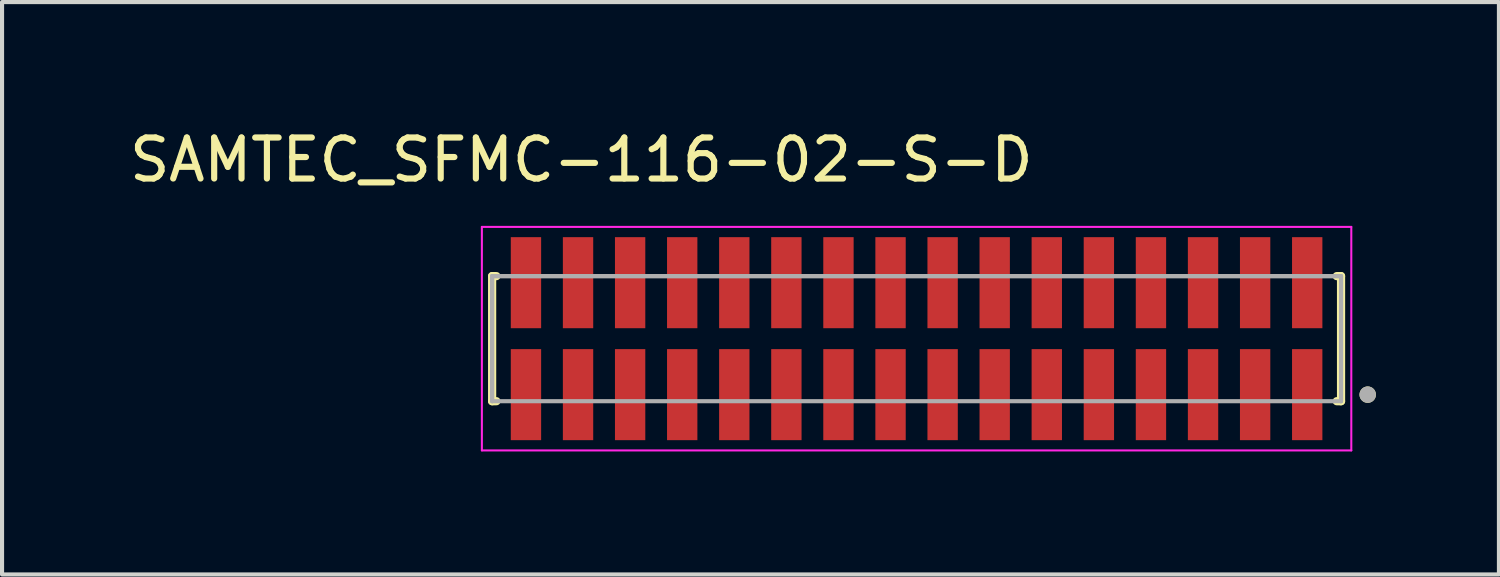
<source format=kicad_pcb>
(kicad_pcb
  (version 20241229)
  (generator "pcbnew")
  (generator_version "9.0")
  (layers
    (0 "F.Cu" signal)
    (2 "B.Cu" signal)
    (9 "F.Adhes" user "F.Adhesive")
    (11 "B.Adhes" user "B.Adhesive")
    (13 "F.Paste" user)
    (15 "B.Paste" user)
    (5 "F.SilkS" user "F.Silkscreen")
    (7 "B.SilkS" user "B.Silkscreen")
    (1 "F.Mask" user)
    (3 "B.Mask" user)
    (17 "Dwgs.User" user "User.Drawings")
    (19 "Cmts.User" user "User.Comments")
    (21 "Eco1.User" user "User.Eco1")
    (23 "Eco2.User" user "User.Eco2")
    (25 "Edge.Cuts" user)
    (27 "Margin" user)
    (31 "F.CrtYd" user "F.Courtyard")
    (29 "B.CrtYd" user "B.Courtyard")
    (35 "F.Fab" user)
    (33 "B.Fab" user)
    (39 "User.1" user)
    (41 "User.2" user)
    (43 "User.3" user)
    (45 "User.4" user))
  (footprint "SAMTEC_SFMC-116-02-S-D"
    (layer "F.Cu")
    (at 19.3 5.208)
    (property "Reference" "SAMTEC_SFMC-116-02-S-D" (at -8.175 -4.36 0) (layer "F.SilkS") (effects (font (size 1 1) (thickness 0.15))))
    (attr smd)
    (fp_line (start -10.35 -1.525) (end -10.245 -1.525) (stroke (width 0.2) (type solid)) (layer "F.SilkS"))
    (fp_line (start -10.35 1.525) (end -10.35 -1.525) (stroke (width 0.2) (type solid)) (layer "F.SilkS"))
    (fp_line (start -10.245 1.525) (end -10.35 1.525) (stroke (width 0.2) (type solid)) (layer "F.SilkS"))
    (fp_line (start 10.245 -1.525) (end 10.35 -1.525) (stroke (width 0.2) (type solid)) (layer "F.SilkS"))
    (fp_line (start 10.245 1.525) (end 10.35 1.525) (stroke (width 0.2) (type solid)) (layer "F.SilkS"))
    (fp_line (start 10.35 -1.525) (end 10.35 1.525) (stroke (width 0.2) (type solid)) (layer "F.SilkS"))
    (fp_circle (center 11 1.365) (end 11.1 1.365) (stroke (width 0.2) (type solid)) (fill no) (layer "F.SilkS"))
    (fp_line (start -10.6 -2.725) (end 10.6 -2.725) (stroke (width 0.05) (type solid)) (layer "F.CrtYd"))
    (fp_line (start -10.6 2.725) (end -10.6 -2.725) (stroke (width 0.05) (type solid)) (layer "F.CrtYd"))
    (fp_line (start 10.6 -2.725) (end 10.6 2.725) (stroke (width 0.05) (type solid)) (layer "F.CrtYd"))
    (fp_line (start 10.6 2.725) (end -10.6 2.725) (stroke (width 0.05) (type solid)) (layer "F.CrtYd"))
    (fp_line (start -10.35 -1.525) (end 10.35 -1.525) (stroke (width 0.1) (type solid)) (layer "F.Fab"))
    (fp_line (start -10.35 -1.525) (end 10.35 -1.525) (stroke (width 0.1) (type solid)) (layer "F.Fab"))
    (fp_line (start -10.35 1.525) (end -10.35 -1.525) (stroke (width 0.1) (type solid)) (layer "F.Fab"))
    (fp_line (start -10.35 1.525) (end -10.35 -1.525) (stroke (width 0.1) (type solid)) (layer "F.Fab"))
    (fp_line (start 10.35 -1.525) (end 10.35 1.525) (stroke (width 0.1) (type solid)) (layer "F.Fab"))
    (fp_line (start 10.35 -1.525) (end 10.35 1.525) (stroke (width 0.1) (type solid)) (layer "F.Fab"))
    (fp_line (start 10.35 1.525) (end -10.35 1.525) (stroke (width 0.1) (type solid)) (layer "F.Fab"))
    (fp_circle (center 11 1.365) (end 11.1 1.365) (stroke (width 0.2) (type solid)) (fill no) (layer "F.Fab"))
    (pad "01" smd rect (at 9.525 1.365) (size 0.74 2.22) (layers "F.Cu" "F.Mask" "F.Paste"))
    (pad "02" smd rect (at 9.525 -1.365) (size 0.74 2.22) (layers "F.Cu" "F.Mask" "F.Paste"))
    (pad "03" smd rect (at 8.255 1.365) (size 0.74 2.22) (layers "F.Cu" "F.Mask" "F.Paste"))
    (pad "04" smd rect (at 8.255 -1.365) (size 0.74 2.22) (layers "F.Cu" "F.Mask" "F.Paste"))
    (pad "05" smd rect (at 6.985 1.365) (size 0.74 2.22) (layers "F.Cu" "F.Mask" "F.Paste"))
    (pad "06" smd rect (at 6.985 -1.365) (size 0.74 2.22) (layers "F.Cu" "F.Mask" "F.Paste"))
    (pad "07" smd rect (at 5.715 1.365) (size 0.74 2.22) (layers "F.Cu" "F.Mask" "F.Paste"))
    (pad "08" smd rect (at 5.715 -1.365) (size 0.74 2.22) (layers "F.Cu" "F.Mask" "F.Paste"))
    (pad "09" smd rect (at 4.445 1.365) (size 0.74 2.22) (layers "F.Cu" "F.Mask" "F.Paste"))
    (pad "10" smd rect (at 4.445 -1.365) (size 0.74 2.22) (layers "F.Cu" "F.Mask" "F.Paste"))
    (pad "11" smd rect (at 3.175 1.365) (size 0.74 2.22) (layers "F.Cu" "F.Mask" "F.Paste"))
    (pad "12" smd rect (at 3.175 -1.365) (size 0.74 2.22) (layers "F.Cu" "F.Mask" "F.Paste"))
    (pad "13" smd rect (at 1.905 1.365) (size 0.74 2.22) (layers "F.Cu" "F.Mask" "F.Paste"))
    (pad "14" smd rect (at 1.905 -1.365) (size 0.74 2.22) (layers "F.Cu" "F.Mask" "F.Paste"))
    (pad "15" smd rect (at 0.635 1.365) (size 0.74 2.22) (layers "F.Cu" "F.Mask" "F.Paste"))
    (pad "16" smd rect (at 0.635 -1.365) (size 0.74 2.22) (layers "F.Cu" "F.Mask" "F.Paste"))
    (pad "17" smd rect (at -0.635 1.365) (size 0.74 2.22) (layers "F.Cu" "F.Mask" "F.Paste"))
    (pad "18" smd rect (at -0.635 -1.365) (size 0.74 2.22) (layers "F.Cu" "F.Mask" "F.Paste"))
    (pad "19" smd rect (at -1.905 1.365) (size 0.74 2.22) (layers "F.Cu" "F.Mask" "F.Paste"))
    (pad "20" smd rect (at -1.905 -1.365) (size 0.74 2.22) (layers "F.Cu" "F.Mask" "F.Paste"))
    (pad "21" smd rect (at -3.175 1.365) (size 0.74 2.22) (layers "F.Cu" "F.Mask" "F.Paste"))
    (pad "22" smd rect (at -3.175 -1.365) (size 0.74 2.22) (layers "F.Cu" "F.Mask" "F.Paste"))
    (pad "23" smd rect (at -4.445 1.365) (size 0.74 2.22) (layers "F.Cu" "F.Mask" "F.Paste"))
    (pad "24" smd rect (at -4.445 -1.365) (size 0.74 2.22) (layers "F.Cu" "F.Mask" "F.Paste"))
    (pad "25" smd rect (at -5.715 1.365) (size 0.74 2.22) (layers "F.Cu" "F.Mask" "F.Paste"))
    (pad "26" smd rect (at -5.715 -1.365) (size 0.74 2.22) (layers "F.Cu" "F.Mask" "F.Paste"))
    (pad "27" smd rect (at -6.985 1.365) (size 0.74 2.22) (layers "F.Cu" "F.Mask" "F.Paste"))
    (pad "28" smd rect (at -6.985 -1.365) (size 0.74 2.22) (layers "F.Cu" "F.Mask" "F.Paste"))
    (pad "29" smd rect (at -8.255 1.365) (size 0.74 2.22) (layers "F.Cu" "F.Mask" "F.Paste"))
    (pad "30" smd rect (at -8.255 -1.365) (size 0.74 2.22) (layers "F.Cu" "F.Mask" "F.Paste"))
    (pad "31" smd rect (at -9.525 1.365) (size 0.74 2.22) (layers "F.Cu" "F.Mask" "F.Paste"))
    (pad "32" smd rect (at -9.525 -1.365) (size 0.74 2.22) (layers "F.Cu" "F.Mask" "F.Paste")))
  (gr_rect
    (start -3 -3)
    (end 33.5 10.958)
    (stroke (width 0.1) (type default))
    (fill no)
    (layer "Edge.Cuts")))
</source>
